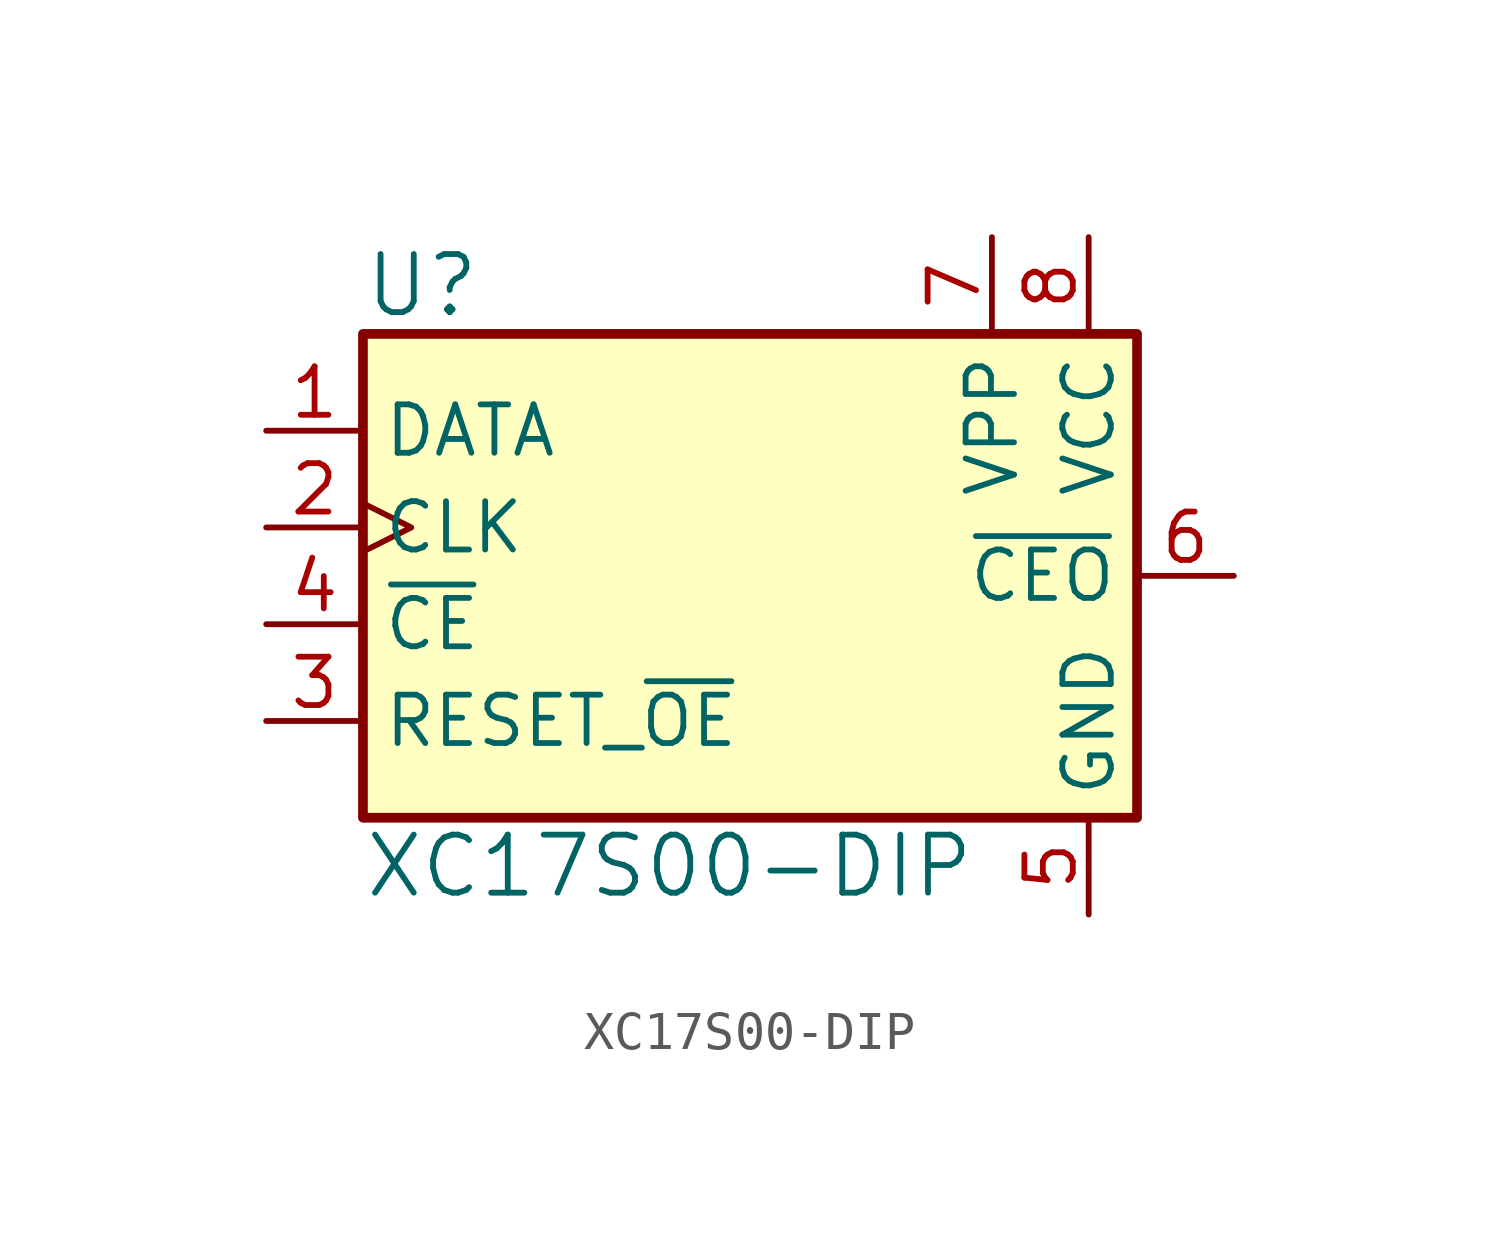
<source format=kicad_sym>
(kicad_symbol_lib
  (version 20231120)
  (generator "kicad_symbol_editor")
  (generator_version "8.0")
  (symbol "XC17S00-DIP"
    (property "Reference" "U"
      (at -10.16 7.62 0)
      (effects (font (size 1.524 1.524)) (justify left)))
    (property "Value" "XC17S00-DIP"
      (at -10.16 -7.62 0)
      (effects (font (size 1.524 1.524)) (justify left)))
    (symbol "XC17S00-DIP_1_1"
      (rectangle (start -10.16 6.35) (end 10.16 -6.35) (stroke (width 0.254) (type solid)) (fill (type background)))
      (pin bidirectional line (at -12.7 3.81 0) (length 2.54) (name "DATA" (effects (font (size 1.27 1.27)))) (number "1" (effects (font (size 1.27 1.27)))))
      (pin input clock (at -12.7 1.27 0) (length 2.54) (name "CLK" (effects (font (size 1.27 1.27)))) (number "2" (effects (font (size 1.27 1.27)))))
      (pin input line (at -12.7 -3.81 0) (length 2.54) (name "RESET_~{OE}" (effects (font (size 1.27 1.27)))) (number "3" (effects (font (size 1.27 1.27)))))
      (pin input line (at -12.7 -1.27 0) (length 2.54) (name "~{CE}" (effects (font (size 1.27 1.27)))) (number "4" (effects (font (size 1.27 1.27)))))
      (pin power_in line (at 8.89 -8.89 90) (length 2.54) (name "GND" (effects (font (size 1.27 1.27)))) (number "5" (effects (font (size 1.27 1.27)))))
      (pin output line (at 12.7 0 180) (length 2.54) (name "~{CEO}" (effects (font (size 1.27 1.27)))) (number "6" (effects (font (size 1.27 1.27)))))
      (pin power_in line (at 6.35 8.89 270) (length 2.54) (name "VPP" (effects (font (size 1.27 1.27)))) (number "7" (effects (font (size 1.27 1.27)))))
      (pin power_in line (at 8.89 8.89 270) (length 2.54) (name "VCC" (effects (font (size 1.27 1.27)))) (number "8" (effects (font (size 1.27 1.27))))))))
</source>
